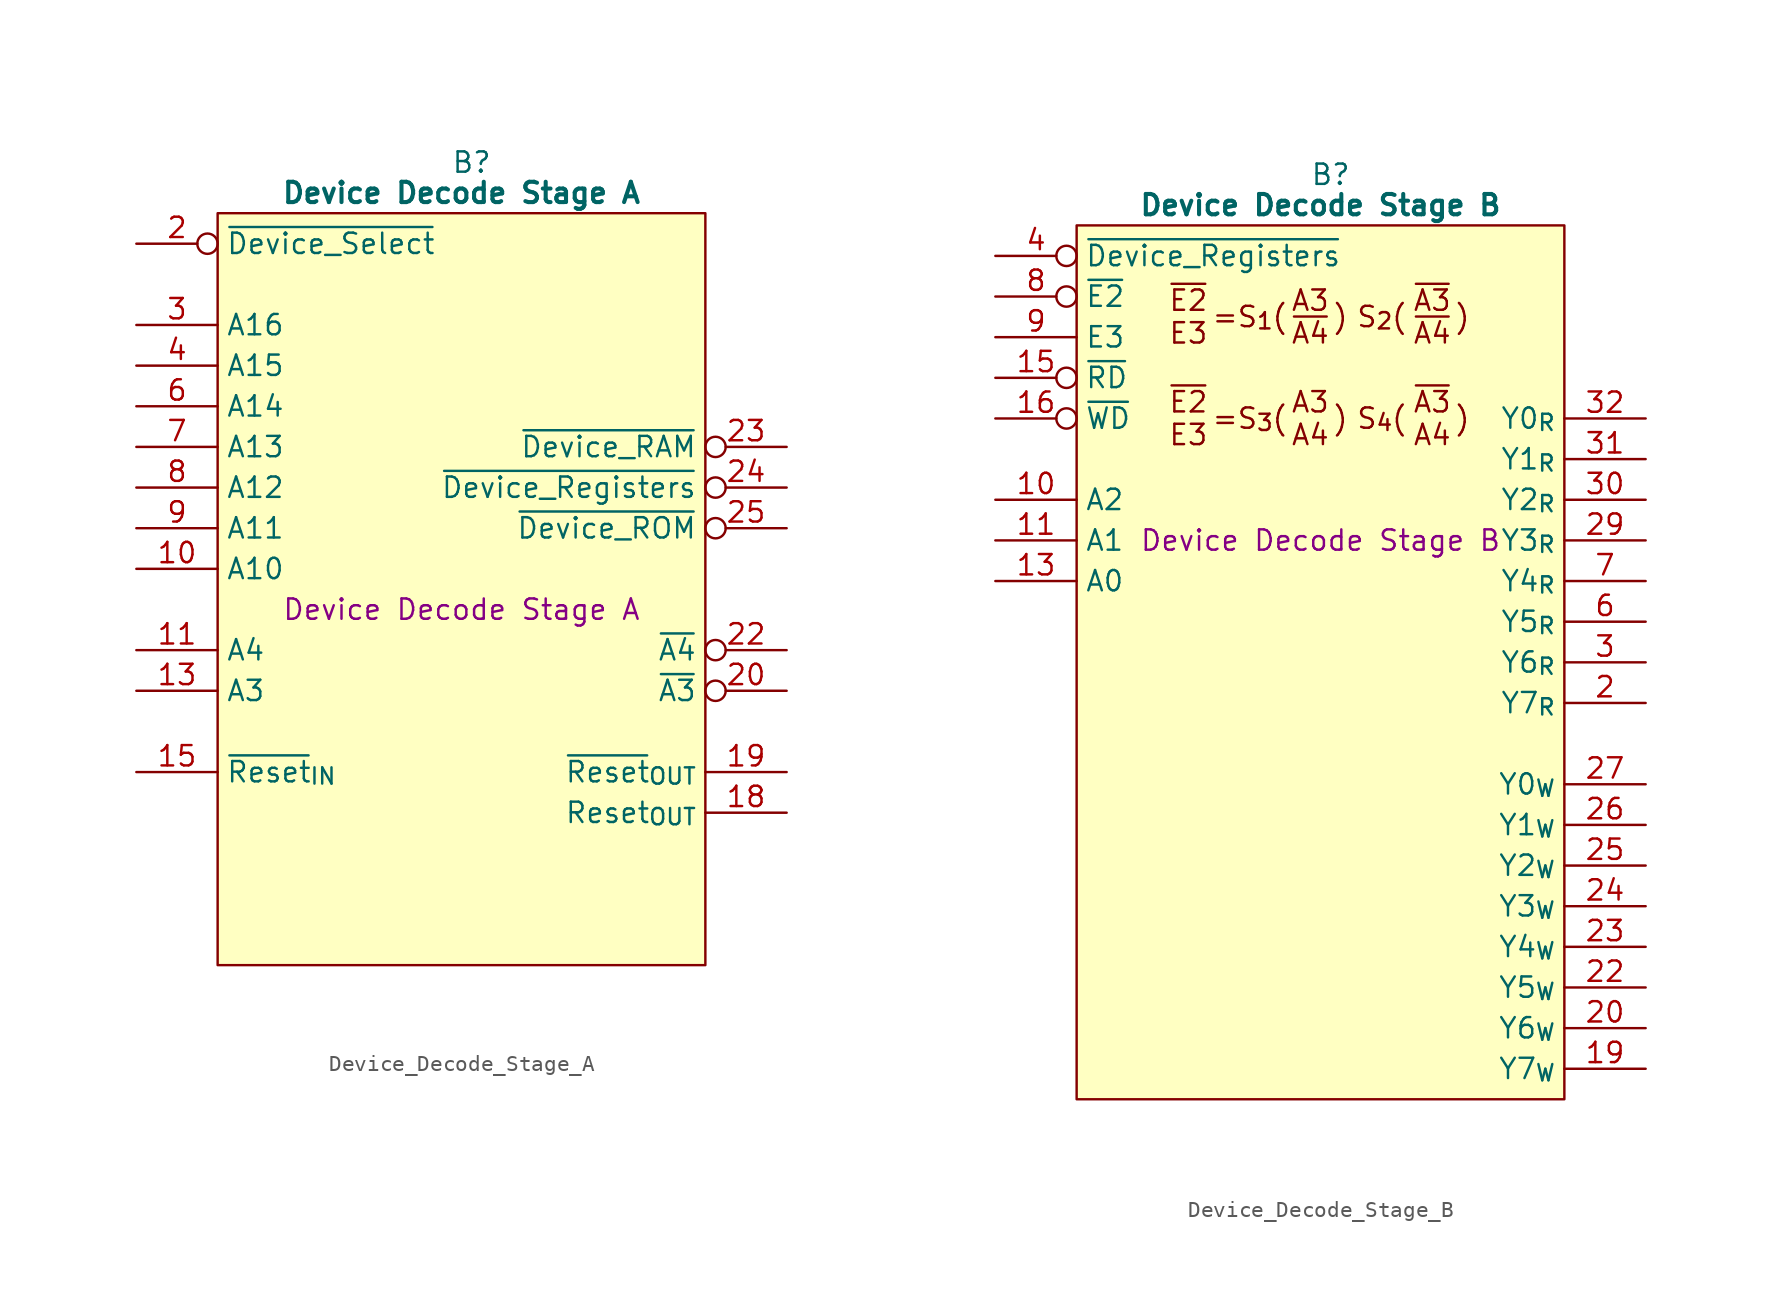
<source format=kicad_sym>
(kicad_symbol_lib
  (version 20220914)
  (generator kicad_symbol_editor)
  (symbol "Device_Decode_Stage_A"
    (property "Reference" "B"
      (at 15.875 5.08 0)
      (effects (font (size 1.27 1.27))))
    (property "Value" "Device Decode Stage A"
      (at 15.24 3.175 0)
      (effects (font (size 1.27 1.27) bold)))
    (property "Description" "Device Decode Stage A"
      (at 15.24 -22.86 0)
      (effects (font (size 1.27 1.27))))
    (symbol "Device_Decode_Stage_A_0_1"
      (polyline (pts (xy 0 1.905) (xy 30.48 1.905) (xy 30.48 -45.085) (xy 0 -45.085) (xy 0 1.905)) (stroke (width 0.152) (type default)) (fill (type background))))
    (symbol "Device_Decode_Stage_A_1_0"
      (pin output line (at 35.56 -35.56 180) (length 5.08) (name "Reset_{OUT}" (effects (font (size 1.27 1.27)))) (number "18" (effects (font (size 1.27 1.27)))))
      (pin output line (at 35.56 -33.02 180) (length 5.08) (name "~{Reset}_{OUT}" (effects (font (size 1.27 1.27)))) (number "19" (effects (font (size 1.27 1.27)))))
      (pin output inverted (at 35.56 -27.94 180) (length 5.08) (name "~{A3}" (effects (font (size 1.27 1.27)))) (number "20" (effects (font (size 1.27 1.27)))))
      (pin passive line (at 35.56 -7.62 180) (length 5.08) hide (name "GND" (effects (font (size 1.27 1.27)))) (number "28" (effects (font (size 1.27 1.27))))))
    (symbol "Device_Decode_Stage_A_1_1"
      (pin passive line (at -5.08 -40.64 0) (length 5.08) hide (name "5V" (effects (font (size 1.27 1.27)))) (number "1" (effects (font (size 1.27 1.27)))))
      (pin input line (at -5.08 -20.32 0) (length 5.08) (name "A10" (effects (font (size 1.27 1.27)))) (number "10" (effects (font (size 1.27 1.27)))))
      (pin input line (at -5.08 -25.4 0) (length 5.08) (name "A4" (effects (font (size 1.27 1.27)))) (number "11" (effects (font (size 1.27 1.27)))))
      (pin passive line (at 35.56 -2.54 180) (length 5.08) hide (name "GND" (effects (font (size 1.27 1.27)))) (number "12" (effects (font (size 1.27 1.27)))))
      (pin input line (at -5.08 -27.94 0) (length 5.08) (name "A3" (effects (font (size 1.27 1.27)))) (number "13" (effects (font (size 1.27 1.27)))))
      (pin no_connect inverted (at 35.56 -10.16 180) (length 5.08) hide (name "N.C." (effects (font (size 1.27 1.27)))) (number "14" (effects (font (size 1.27 1.27)))))
      (pin input line (at -5.08 -33.02 0) (length 5.08) (name "~{Reset}_{IN}" (effects (font (size 1.27 1.27)))) (number "15" (effects (font (size 1.27 1.27)))))
      (pin no_connect inverted (at 35.56 -20.32 180) (length 5.08) hide (name "N.C." (effects (font (size 1.27 1.27)))) (number "16" (effects (font (size 1.27 1.27)))))
      (pin passive line (at -5.08 -43.18 0) (length 5.08) hide (name "5V" (effects (font (size 1.27 1.27)))) (number "17" (effects (font (size 1.27 1.27)))))
      (pin input inverted (at -5.08 0 0) (length 5.08) (name "~{Device_Select}" (effects (font (size 1.27 1.27)))) (number "2" (effects (font (size 1.27 1.27)))))
      (pin passive line (at 35.56 -5.08 180) (length 5.08) hide (name "GND" (effects (font (size 1.27 1.27)))) (number "21" (effects (font (size 1.27 1.27)))))
      (pin output inverted (at 35.56 -25.4 180) (length 5.08) (name "~{A4}" (effects (font (size 1.27 1.27)))) (number "22" (effects (font (size 1.27 1.27)))))
      (pin output inverted (at 35.56 -12.7 180) (length 5.08) (name "~{Device_RAM}" (effects (font (size 1.27 1.27)))) (number "23" (effects (font (size 1.27 1.27)))))
      (pin output inverted (at 35.56 -15.24 180) (length 5.08) (name "~{Device_Registers}" (effects (font (size 1.27 1.27)))) (number "24" (effects (font (size 1.27 1.27)))))
      (pin output inverted (at 35.56 -17.78 180) (length 5.08) (name "~{Device_ROM}" (effects (font (size 1.27 1.27)))) (number "25" (effects (font (size 1.27 1.27)))))
      (pin no_connect inverted (at -5.08 -30.48 0) (length 5.08) hide (name "N.C." (effects (font (size 1.27 1.27)))) (number "26" (effects (font (size 1.27 1.27)))))
      (pin no_connect inverted (at 35.56 -30.48 180) (length 5.08) hide (name "N.C." (effects (font (size 1.27 1.27)))) (number "27" (effects (font (size 1.27 1.27)))))
      (pin no_connect inverted (at -5.08 -35.56 0) (length 5.08) hide (name "N.C." (effects (font (size 1.27 1.27)))) (number "29" (effects (font (size 1.27 1.27)))))
      (pin input line (at -5.08 -5.08 0) (length 5.08) (name "A16" (effects (font (size 1.27 1.27)))) (number "3" (effects (font (size 1.27 1.27)))))
      (pin no_connect inverted (at 35.56 -40.64 180) (length 5.08) hide (name "N.C." (effects (font (size 1.27 1.27)))) (number "30" (effects (font (size 1.27 1.27)))))
      (pin no_connect inverted (at 35.56 -38.1 180) (length 5.08) hide (name "N.C." (effects (font (size 1.27 1.27)))) (number "31" (effects (font (size 1.27 1.27)))))
      (pin no_connect inverted (at 35.56 -43.18 180) (length 5.08) hide (name "N.C." (effects (font (size 1.27 1.27)))) (number "32" (effects (font (size 1.27 1.27)))))
      (pin input line (at -5.08 -7.62 0) (length 5.08) (name "A15" (effects (font (size 1.27 1.27)))) (number "4" (effects (font (size 1.27 1.27)))))
      (pin passive line (at 35.56 0 180) (length 5.08) hide (name "GND" (effects (font (size 1.27 1.27)))) (number "5" (effects (font (size 1.27 1.27)))))
      (pin input line (at -5.08 -10.16 0) (length 5.08) (name "A14" (effects (font (size 1.27 1.27)))) (number "6" (effects (font (size 1.27 1.27)))))
      (pin input line (at -5.08 -12.7 0) (length 5.08) (name "A13" (effects (font (size 1.27 1.27)))) (number "7" (effects (font (size 1.27 1.27)))))
      (pin input line (at -5.08 -15.24 0) (length 5.08) (name "A12" (effects (font (size 1.27 1.27)))) (number "8" (effects (font (size 1.27 1.27)))))
      (pin input line (at -5.08 -17.78 0) (length 5.08) (name "A11" (effects (font (size 1.27 1.27)))) (number "9" (effects (font (size 1.27 1.27)))))))
  (symbol "Device_Decode_Stage_B"
    (property "Reference" "B"
      (at 15.875 5.08 0)
      (effects (font (size 1.27 1.27))))
    (property "Value" "Device Decode Stage B"
      (at 15.24 3.175 0)
      (effects (font (size 1.27 1.27) bold)))
    (property "Description" "Device Decode Stage B"
      (at 15.24 -17.78 0)
      (effects (font (size 1.27 1.27))))
    (symbol "Device_Decode_Stage_B_0_1"
      (polyline (pts (xy 0 1.905) (xy 30.48 1.905) (xy 30.48 -52.705) (xy 0 -52.705) (xy 0 1.905)) (stroke (width 0.152) (type default)) (fill (type background))))
    (symbol "Device_Decode_Stage_B_1_1"
      (text ")" (at 16.51 -10.16 0) (effects (font (size 1.27 1.27))))
      (text ")" (at 16.51 -3.81 0) (effects (font (size 1.27 1.27))))
      (text ")" (at 24.13 -10.16 0) (effects (font (size 1.27 1.27))))
      (text ")" (at 24.13 -3.81 0) (effects (font (size 1.27 1.27))))
      (text "=S_{1}(" (at 10.795 -3.81 0) (effects (font (size 1.27 1.27))))
      (text "=S_{3}(" (at 10.795 -10.16 0) (effects (font (size 1.27 1.27))))
      (text "A3\nA4" (at 14.605 -10.16 0) (effects (font (size 1.27 1.27))))
      (text "A3\n~{A4}" (at 14.605 -3.81 0) (effects (font (size 1.27 1.27))))
      (text "S_{2}(" (at 19.05 -3.81 0) (effects (font (size 1.27 1.27))))
      (text "S_{4}(" (at 19.05 -10.16 0) (effects (font (size 1.27 1.27))))
      (text "~{A3}\nA4" (at 22.225 -10.16 0) (effects (font (size 1.27 1.27))))
      (text "~{A3}\n~{A4}" (at 22.225 -3.81 0) (effects (font (size 1.27 1.27))))
      (text "~{E2}\nE3" (at 6.985 -10.16 0) (effects (font (size 1.27 1.27))))
      (text "~{E2}\nE3" (at 6.985 -3.81 0) (effects (font (size 1.27 1.27))))
      (pin passive line (at -5.08 -48.26 0) (length 5.08) hide (name "5V" (effects (font (size 1.27 1.27)))) (number "1" (effects (font (size 1.27 1.27)))))
      (pin input line (at -5.08 -15.24 0) (length 5.08) (name "A2" (effects (font (size 1.27 1.27)))) (number "10" (effects (font (size 1.27 1.27)))))
      (pin input line (at -5.08 -17.78 0) (length 5.08) (name "A1" (effects (font (size 1.27 1.27)))) (number "11" (effects (font (size 1.27 1.27)))))
      (pin passive line (at 35.56 -2.54 180) (length 5.08) hide (name "GND" (effects (font (size 1.27 1.27)))) (number "12" (effects (font (size 1.27 1.27)))))
      (pin input line (at -5.08 -20.32 0) (length 5.08) (name "A0" (effects (font (size 1.27 1.27)))) (number "13" (effects (font (size 1.27 1.27)))))
      (pin no_connect line (at -5.08 -43.18 0) (length 5.08) hide (name "N.C." (effects (font (size 1.27 1.27)))) (number "14" (effects (font (size 1.27 1.27)))))
      (pin input inverted (at -5.08 -7.62 0) (length 5.08) (name "~{RD}" (effects (font (size 1.27 1.27)))) (number "15" (effects (font (size 1.27 1.27)))))
      (pin input inverted (at -5.08 -10.16 0) (length 5.08) (name "~{WD}" (effects (font (size 1.27 1.27)))) (number "16" (effects (font (size 1.27 1.27)))))
      (pin passive line (at -5.08 -50.8 0) (length 5.08) hide (name "5V" (effects (font (size 1.27 1.27)))) (number "17" (effects (font (size 1.27 1.27)))))
      (pin no_connect line (at -5.08 -45.72 0) (length 5.08) hide (name "N.C." (effects (font (size 1.27 1.27)))) (number "18" (effects (font (size 1.27 1.27)))))
      (pin output line (at 35.56 -50.8 180) (length 5.08) (name "Y7_{W}" (effects (font (size 1.27 1.27)))) (number "19" (effects (font (size 1.27 1.27)))))
      (pin output line (at 35.56 -27.94 180) (length 5.08) (name "Y7_{R}" (effects (font (size 1.27 1.27)))) (number "2" (effects (font (size 1.27 1.27)))))
      (pin output line (at 35.56 -48.26 180) (length 5.08) (name "Y6_{W}" (effects (font (size 1.27 1.27)))) (number "20" (effects (font (size 1.27 1.27)))))
      (pin passive line (at 35.56 -5.08 180) (length 5.08) hide (name "GND" (effects (font (size 1.27 1.27)))) (number "21" (effects (font (size 1.27 1.27)))))
      (pin output line (at 35.56 -45.72 180) (length 5.08) (name "Y5_{W}" (effects (font (size 1.27 1.27)))) (number "22" (effects (font (size 1.27 1.27)))))
      (pin output line (at 35.56 -43.18 180) (length 5.08) (name "Y4_{W}" (effects (font (size 1.27 1.27)))) (number "23" (effects (font (size 1.27 1.27)))))
      (pin output line (at 35.56 -40.64 180) (length 5.08) (name "Y3_{W}" (effects (font (size 1.27 1.27)))) (number "24" (effects (font (size 1.27 1.27)))))
      (pin output line (at 35.56 -38.1 180) (length 5.08) (name "Y2_{W}" (effects (font (size 1.27 1.27)))) (number "25" (effects (font (size 1.27 1.27)))))
      (pin output line (at 35.56 -35.56 180) (length 5.08) (name "Y1_{W}" (effects (font (size 1.27 1.27)))) (number "26" (effects (font (size 1.27 1.27)))))
      (pin output line (at 35.56 -33.02 180) (length 5.08) (name "Y0_{W}" (effects (font (size 1.27 1.27)))) (number "27" (effects (font (size 1.27 1.27)))))
      (pin passive line (at 35.56 -7.62 180) (length 5.08) hide (name "GND" (effects (font (size 1.27 1.27)))) (number "28" (effects (font (size 1.27 1.27)))))
      (pin output line (at 35.56 -17.78 180) (length 5.08) (name "Y3_{R}" (effects (font (size 1.27 1.27)))) (number "29" (effects (font (size 1.27 1.27)))))
      (pin output line (at 35.56 -25.4 180) (length 5.08) (name "Y6_{R}" (effects (font (size 1.27 1.27)))) (number "3" (effects (font (size 1.27 1.27)))))
      (pin output line (at 35.56 -15.24 180) (length 5.08) (name "Y2_{R}" (effects (font (size 1.27 1.27)))) (number "30" (effects (font (size 1.27 1.27)))))
      (pin output line (at 35.56 -12.7 180) (length 5.08) (name "Y1_{R}" (effects (font (size 1.27 1.27)))) (number "31" (effects (font (size 1.27 1.27)))))
      (pin output line (at 35.56 -10.16 180) (length 5.08) (name "Y0_{R}" (effects (font (size 1.27 1.27)))) (number "32" (effects (font (size 1.27 1.27)))))
      (pin input inverted (at -5.08 0 0) (length 5.08) (name "~{Device_Registers}" (effects (font (size 1.27 1.27)))) (number "4" (effects (font (size 1.27 1.27)))))
      (pin passive line (at 35.56 0 180) (length 5.08) hide (name "GND" (effects (font (size 1.27 1.27)))) (number "5" (effects (font (size 1.27 1.27)))))
      (pin output line (at 35.56 -22.86 180) (length 5.08) (name "Y5_{R}" (effects (font (size 1.27 1.27)))) (number "6" (effects (font (size 1.27 1.27)))))
      (pin output line (at 35.56 -20.32 180) (length 5.08) (name "Y4_{R}" (effects (font (size 1.27 1.27)))) (number "7" (effects (font (size 1.27 1.27)))))
      (pin input inverted (at -5.08 -2.54 0) (length 5.08) (name "~{E2}" (effects (font (size 1.27 1.27)))) (number "8" (effects (font (size 1.27 1.27)))))
      (pin input line (at -5.08 -5.08 0) (length 5.08) (name "E3" (effects (font (size 1.27 1.27)))) (number "9" (effects (font (size 1.27 1.27))))))))
</source>
